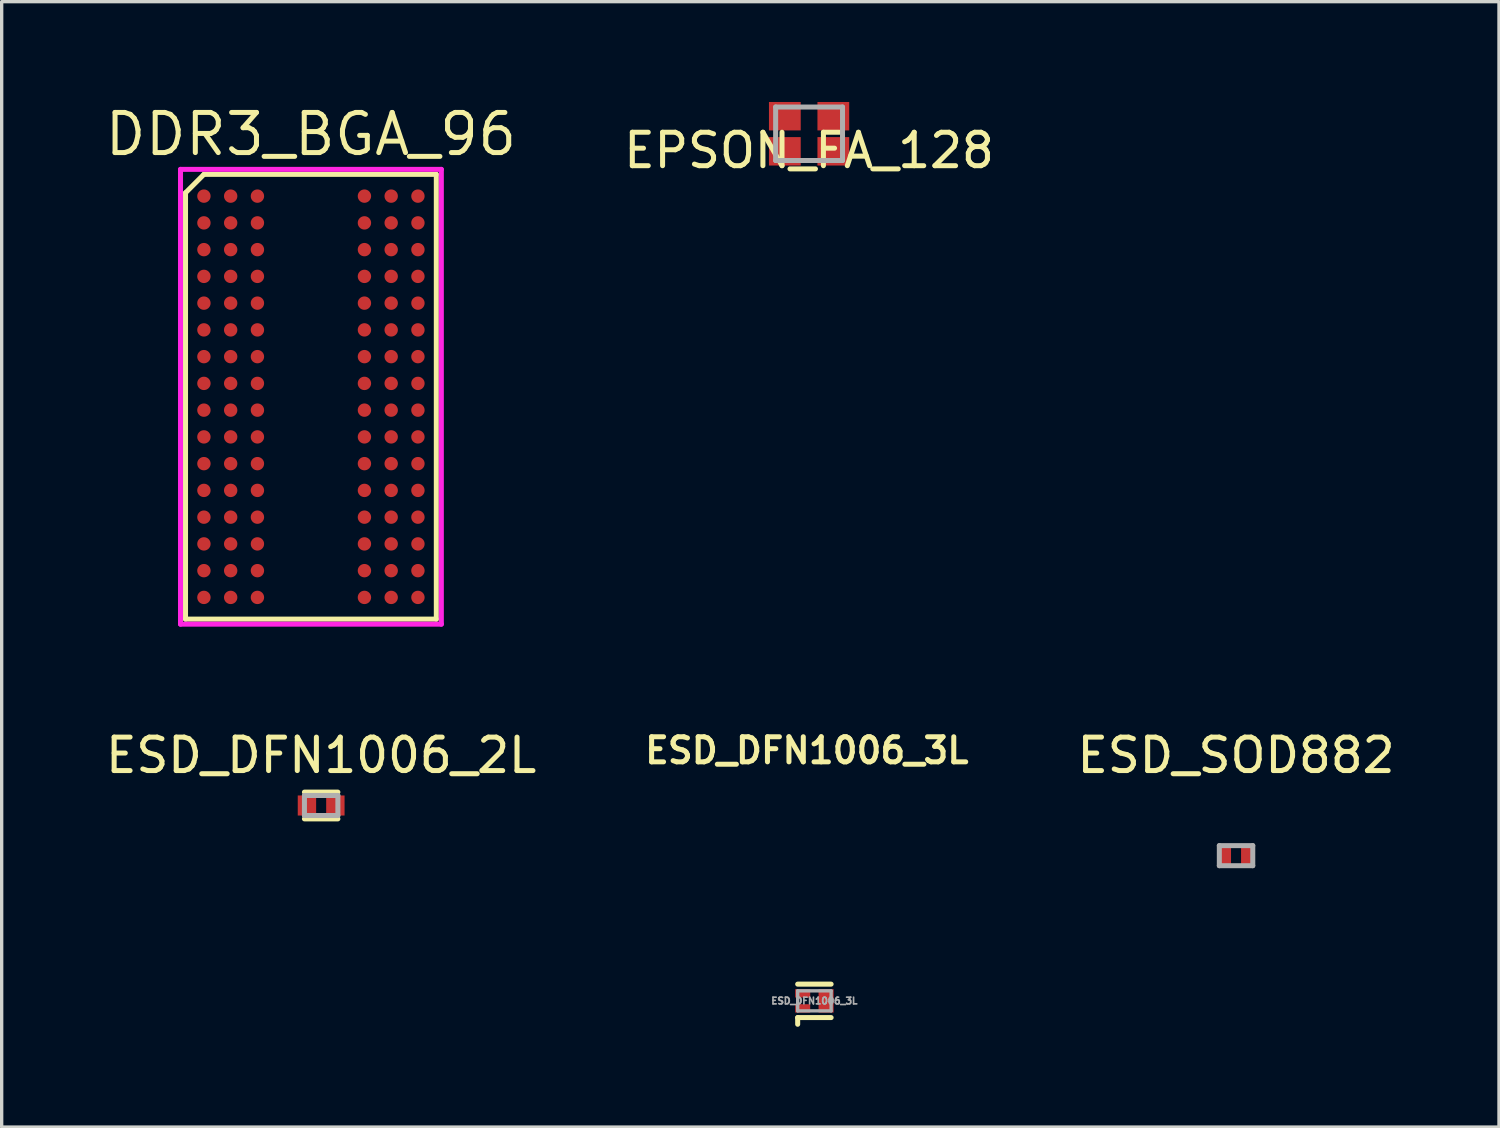
<source format=kicad_pcb>
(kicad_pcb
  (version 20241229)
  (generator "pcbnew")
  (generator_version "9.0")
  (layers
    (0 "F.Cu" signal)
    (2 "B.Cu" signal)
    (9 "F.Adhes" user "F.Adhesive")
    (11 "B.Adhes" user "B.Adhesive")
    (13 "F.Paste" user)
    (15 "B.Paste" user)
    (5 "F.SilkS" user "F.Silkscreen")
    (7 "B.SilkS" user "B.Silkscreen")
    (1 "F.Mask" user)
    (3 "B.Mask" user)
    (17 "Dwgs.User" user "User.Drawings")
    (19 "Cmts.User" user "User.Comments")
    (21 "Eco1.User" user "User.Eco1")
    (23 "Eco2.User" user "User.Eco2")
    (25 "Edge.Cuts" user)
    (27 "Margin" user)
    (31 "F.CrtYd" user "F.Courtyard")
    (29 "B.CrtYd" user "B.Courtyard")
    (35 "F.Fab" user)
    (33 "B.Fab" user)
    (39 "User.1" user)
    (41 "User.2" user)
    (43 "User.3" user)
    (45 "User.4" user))
  (footprint "ESD_DFN1006_2L"
    (layer "F.Cu")
    (at 6.554 21.038)
    (property "Reference" "ESD_DFN1006_2L" (at 0 -1.5 0) (layer "F.SilkS") (effects (font (size 1 1) (thickness 0.15))))
    (attr through_hole)
    (fp_line (start -0.5 -0.4) (end 0.5 -0.4) (stroke (width 0.15) (type solid)) (layer "F.SilkS"))
    (fp_line (start -0.5 0.4) (end 0.5 0.4) (stroke (width 0.15) (type solid)) (layer "F.SilkS"))
    (fp_line (start -0.5 -0.3) (end -0.5 0.3) (stroke (width 0.15) (type solid)) (layer "F.Fab"))
    (fp_line (start -0.5 0.3) (end 0.5 0.3) (stroke (width 0.15) (type solid)) (layer "F.Fab"))
    (fp_line (start 0.5 -0.3) (end -0.5 -0.3) (stroke (width 0.15) (type solid)) (layer "F.Fab"))
    (fp_line (start 0.5 0.3) (end 0.5 -0.3) (stroke (width 0.15) (type solid)) (layer "F.Fab"))
    (pad "1" smd rect (at -0.425 0) (size 0.55 0.6) (layers "F.Cu" "F.Mask" "F.Paste"))
    (pad "2" smd rect (at 0.425 0) (size 0.55 0.6) (layers "F.Cu" "F.Mask" "F.Paste")))
  (footprint "DDR3_BGA_96"
    (layer "F.Cu")
    (at 6.248 8.815)
    (property "Reference" "DDR3_BGA_96" (at 0 -7.85 0) (layer "F.SilkS") (effects (font (size 1.2 1.2) (thickness 0.15))))
    (attr through_hole)
    (fp_line (start -3.75 -6.1) (end -3.75 6.65) (stroke (width 0.15) (type solid)) (layer "F.SilkS"))
    (fp_line (start -3.75 6.65) (end 3.75 6.65) (stroke (width 0.15) (type solid)) (layer "F.SilkS"))
    (fp_line (start -3.2 -6.65) (end -3.75 -6.1) (stroke (width 0.15) (type solid)) (layer "F.SilkS"))
    (fp_line (start 3.75 -6.65) (end -3.2 -6.65) (stroke (width 0.15) (type solid)) (layer "F.SilkS"))
    (fp_line (start 3.75 6.65) (end 3.75 -6.65) (stroke (width 0.15) (type solid)) (layer "F.SilkS"))
    (fp_line (start -3.9 -6.8) (end 3.9 -6.8) (stroke (width 0.15) (type solid)) (layer "F.CrtYd"))
    (fp_line (start -3.9 6.8) (end -3.9 -6.8) (stroke (width 0.15) (type solid)) (layer "F.CrtYd"))
    (fp_line (start 3.9 -6.8) (end 3.9 6.8) (stroke (width 0.15) (type solid)) (layer "F.CrtYd"))
    (fp_line (start 3.9 6.8) (end -3.9 6.8) (stroke (width 0.15) (type solid)) (layer "F.CrtYd"))
    (pad "A1" smd circle (at -3.2 -6) (size 0.4 0.4) (layers "F.Cu" "F.Mask" "F.Paste"))
    (pad "A2" smd circle (at -2.4 -6) (size 0.4 0.4) (layers "F.Cu" "F.Mask" "F.Paste"))
    (pad "A3" smd circle (at -1.6 -6) (size 0.4 0.4) (layers "F.Cu" "F.Mask" "F.Paste"))
    (pad "A7" smd circle (at 1.6 -6) (size 0.4 0.4) (layers "F.Cu" "F.Mask" "F.Paste"))
    (pad "A8" smd circle (at 2.4 -6) (size 0.4 0.4) (layers "F.Cu" "F.Mask" "F.Paste"))
    (pad "A9" smd circle (at 3.2 -6) (size 0.4 0.4) (layers "F.Cu" "F.Mask" "F.Paste"))
    (pad "B1" smd circle (at -3.2 -5.2) (size 0.4 0.4) (layers "F.Cu" "F.Mask" "F.Paste"))
    (pad "B2" smd circle (at -2.4 -5.2) (size 0.4 0.4) (layers "F.Cu" "F.Mask" "F.Paste"))
    (pad "B3" smd circle (at -1.6 -5.2) (size 0.4 0.4) (layers "F.Cu" "F.Mask" "F.Paste"))
    (pad "B7" smd circle (at 1.6 -5.2) (size 0.4 0.4) (layers "F.Cu" "F.Mask" "F.Paste"))
    (pad "B8" smd circle (at 2.4 -5.2) (size 0.4 0.4) (layers "F.Cu" "F.Mask" "F.Paste"))
    (pad "B9" smd circle (at 3.2 -5.2) (size 0.4 0.4) (layers "F.Cu" "F.Mask" "F.Paste"))
    (pad "C1" smd circle (at -3.2 -4.4) (size 0.4 0.4) (layers "F.Cu" "F.Mask" "F.Paste"))
    (pad "C2" smd circle (at -2.4 -4.4) (size 0.4 0.4) (layers "F.Cu" "F.Mask" "F.Paste"))
    (pad "C3" smd circle (at -1.6 -4.4) (size 0.4 0.4) (layers "F.Cu" "F.Mask" "F.Paste"))
    (pad "C7" smd circle (at 1.6 -4.4) (size 0.4 0.4) (layers "F.Cu" "F.Mask" "F.Paste"))
    (pad "C8" smd circle (at 2.4 -4.4) (size 0.4 0.4) (layers "F.Cu" "F.Mask" "F.Paste"))
    (pad "C9" smd circle (at 3.2 -4.4) (size 0.4 0.4) (layers "F.Cu" "F.Mask" "F.Paste"))
    (pad "D1" smd circle (at -3.2 -3.6) (size 0.4 0.4) (layers "F.Cu" "F.Mask" "F.Paste"))
    (pad "D2" smd circle (at -2.4 -3.6) (size 0.4 0.4) (layers "F.Cu" "F.Mask" "F.Paste"))
    (pad "D3" smd circle (at -1.6 -3.6) (size 0.4 0.4) (layers "F.Cu" "F.Mask" "F.Paste"))
    (pad "D7" smd circle (at 1.6 -3.6) (size 0.4 0.4) (layers "F.Cu" "F.Mask" "F.Paste"))
    (pad "D8" smd circle (at 2.4 -3.6) (size 0.4 0.4) (layers "F.Cu" "F.Mask" "F.Paste"))
    (pad "D9" smd circle (at 3.2 -3.6) (size 0.4 0.4) (layers "F.Cu" "F.Mask" "F.Paste"))
    (pad "E1" smd circle (at -3.2 -2.8) (size 0.4 0.4) (layers "F.Cu" "F.Mask" "F.Paste"))
    (pad "E2" smd circle (at -2.4 -2.8) (size 0.4 0.4) (layers "F.Cu" "F.Mask" "F.Paste"))
    (pad "E3" smd circle (at -1.6 -2.8) (size 0.4 0.4) (layers "F.Cu" "F.Mask" "F.Paste"))
    (pad "E7" smd circle (at 1.6 -2.8) (size 0.4 0.4) (layers "F.Cu" "F.Mask" "F.Paste"))
    (pad "E8" smd circle (at 2.4 -2.8) (size 0.4 0.4) (layers "F.Cu" "F.Mask" "F.Paste"))
    (pad "E9" smd circle (at 3.2 -2.8) (size 0.4 0.4) (layers "F.Cu" "F.Mask" "F.Paste"))
    (pad "F1" smd circle (at -3.2 -2) (size 0.4 0.4) (layers "F.Cu" "F.Mask" "F.Paste"))
    (pad "F2" smd circle (at -2.4 -2) (size 0.4 0.4) (layers "F.Cu" "F.Mask" "F.Paste"))
    (pad "F3" smd circle (at -1.6 -2) (size 0.4 0.4) (layers "F.Cu" "F.Mask" "F.Paste"))
    (pad "F7" smd circle (at 1.6 -2) (size 0.4 0.4) (layers "F.Cu" "F.Mask" "F.Paste"))
    (pad "F8" smd circle (at 2.4 -2) (size 0.4 0.4) (layers "F.Cu" "F.Mask" "F.Paste"))
    (pad "F9" smd circle (at 3.2 -2) (size 0.4 0.4) (layers "F.Cu" "F.Mask" "F.Paste"))
    (pad "G1" smd circle (at -3.2 -1.2) (size 0.4 0.4) (layers "F.Cu" "F.Mask" "F.Paste"))
    (pad "G2" smd circle (at -2.4 -1.2) (size 0.4 0.4) (layers "F.Cu" "F.Mask" "F.Paste"))
    (pad "G3" smd circle (at -1.6 -1.2) (size 0.4 0.4) (layers "F.Cu" "F.Mask" "F.Paste"))
    (pad "G7" smd circle (at 1.6 -1.2) (size 0.4 0.4) (layers "F.Cu" "F.Mask" "F.Paste"))
    (pad "G8" smd circle (at 2.4 -1.2) (size 0.4 0.4) (layers "F.Cu" "F.Mask" "F.Paste"))
    (pad "G9" smd circle (at 3.2 -1.2) (size 0.4 0.4) (layers "F.Cu" "F.Mask" "F.Paste"))
    (pad "H1" smd circle (at -3.2 -0.4) (size 0.4 0.4) (layers "F.Cu" "F.Mask" "F.Paste"))
    (pad "H2" smd circle (at -2.4 -0.4) (size 0.4 0.4) (layers "F.Cu" "F.Mask" "F.Paste"))
    (pad "H3" smd circle (at -1.6 -0.4) (size 0.4 0.4) (layers "F.Cu" "F.Mask" "F.Paste"))
    (pad "H7" smd circle (at 1.6 -0.4) (size 0.4 0.4) (layers "F.Cu" "F.Mask" "F.Paste"))
    (pad "H8" smd circle (at 2.4 -0.4) (size 0.4 0.4) (layers "F.Cu" "F.Mask" "F.Paste"))
    (pad "H9" smd circle (at 3.2 -0.4) (size 0.4 0.4) (layers "F.Cu" "F.Mask" "F.Paste"))
    (pad "J1" smd circle (at -3.2 0.4) (size 0.4 0.4) (layers "F.Cu" "F.Mask" "F.Paste"))
    (pad "J2" smd circle (at -2.4 0.4) (size 0.4 0.4) (layers "F.Cu" "F.Mask" "F.Paste"))
    (pad "J3" smd circle (at -1.6 0.4) (size 0.4 0.4) (layers "F.Cu" "F.Mask" "F.Paste"))
    (pad "J7" smd circle (at 1.6 0.4) (size 0.4 0.4) (layers "F.Cu" "F.Mask" "F.Paste"))
    (pad "J8" smd circle (at 2.4 0.4) (size 0.4 0.4) (layers "F.Cu" "F.Mask" "F.Paste"))
    (pad "J9" smd circle (at 3.2 0.4) (size 0.4 0.4) (layers "F.Cu" "F.Mask" "F.Paste"))
    (pad "K1" smd circle (at -3.2 1.2) (size 0.4 0.4) (layers "F.Cu" "F.Mask" "F.Paste"))
    (pad "K2" smd circle (at -2.4 1.2) (size 0.4 0.4) (layers "F.Cu" "F.Mask" "F.Paste"))
    (pad "K3" smd circle (at -1.6 1.2) (size 0.4 0.4) (layers "F.Cu" "F.Mask" "F.Paste"))
    (pad "K7" smd circle (at 1.6 1.2) (size 0.4 0.4) (layers "F.Cu" "F.Mask" "F.Paste"))
    (pad "K8" smd circle (at 2.4 1.2) (size 0.4 0.4) (layers "F.Cu" "F.Mask" "F.Paste"))
    (pad "K9" smd circle (at 3.2 1.2) (size 0.4 0.4) (layers "F.Cu" "F.Mask" "F.Paste"))
    (pad "L1" smd circle (at -3.2 2) (size 0.4 0.4) (layers "F.Cu" "F.Mask" "F.Paste"))
    (pad "L2" smd circle (at -2.4 2) (size 0.4 0.4) (layers "F.Cu" "F.Mask" "F.Paste"))
    (pad "L3" smd circle (at -1.6 2) (size 0.4 0.4) (layers "F.Cu" "F.Mask" "F.Paste"))
    (pad "L7" smd circle (at 1.6 2) (size 0.4 0.4) (layers "F.Cu" "F.Mask" "F.Paste"))
    (pad "L8" smd circle (at 2.4 2) (size 0.4 0.4) (layers "F.Cu" "F.Mask" "F.Paste"))
    (pad "L9" smd circle (at 3.2 2) (size 0.4 0.4) (layers "F.Cu" "F.Mask" "F.Paste"))
    (pad "M1" smd circle (at -3.2 2.8) (size 0.4 0.4) (layers "F.Cu" "F.Mask" "F.Paste"))
    (pad "M2" smd circle (at -2.4 2.8) (size 0.4 0.4) (layers "F.Cu" "F.Mask" "F.Paste"))
    (pad "M3" smd circle (at -1.6 2.8) (size 0.4 0.4) (layers "F.Cu" "F.Mask" "F.Paste"))
    (pad "M7" smd circle (at 1.6 2.8) (size 0.4 0.4) (layers "F.Cu" "F.Mask" "F.Paste"))
    (pad "M8" smd circle (at 2.4 2.8) (size 0.4 0.4) (layers "F.Cu" "F.Mask" "F.Paste"))
    (pad "M9" smd circle (at 3.2 2.8) (size 0.4 0.4) (layers "F.Cu" "F.Mask" "F.Paste"))
    (pad "N1" smd circle (at -3.2 3.6) (size 0.4 0.4) (layers "F.Cu" "F.Mask" "F.Paste"))
    (pad "N2" smd circle (at -2.4 3.6) (size 0.4 0.4) (layers "F.Cu" "F.Mask" "F.Paste"))
    (pad "N3" smd circle (at -1.6 3.6) (size 0.4 0.4) (layers "F.Cu" "F.Mask" "F.Paste"))
    (pad "N7" smd circle (at 1.6 3.6) (size 0.4 0.4) (layers "F.Cu" "F.Mask" "F.Paste"))
    (pad "N8" smd circle (at 2.4 3.6) (size 0.4 0.4) (layers "F.Cu" "F.Mask" "F.Paste"))
    (pad "N9" smd circle (at 3.2 3.6) (size 0.4 0.4) (layers "F.Cu" "F.Mask" "F.Paste"))
    (pad "P1" smd circle (at -3.2 4.4) (size 0.4 0.4) (layers "F.Cu" "F.Mask" "F.Paste"))
    (pad "P2" smd circle (at -2.4 4.4) (size 0.4 0.4) (layers "F.Cu" "F.Mask" "F.Paste"))
    (pad "P3" smd circle (at -1.6 4.4) (size 0.4 0.4) (layers "F.Cu" "F.Mask" "F.Paste"))
    (pad "P7" smd circle (at 1.6 4.4) (size 0.4 0.4) (layers "F.Cu" "F.Mask" "F.Paste"))
    (pad "P8" smd circle (at 2.4 4.4) (size 0.4 0.4) (layers "F.Cu" "F.Mask" "F.Paste"))
    (pad "P9" smd circle (at 3.2 4.4) (size 0.4 0.4) (layers "F.Cu" "F.Mask" "F.Paste"))
    (pad "R1" smd circle (at -3.2 5.2) (size 0.4 0.4) (layers "F.Cu" "F.Mask" "F.Paste"))
    (pad "R2" smd circle (at -2.4 5.2) (size 0.4 0.4) (layers "F.Cu" "F.Mask" "F.Paste"))
    (pad "R3" smd circle (at -1.6 5.2) (size 0.4 0.4) (layers "F.Cu" "F.Mask" "F.Paste"))
    (pad "R7" smd circle (at 1.6 5.2) (size 0.4 0.4) (layers "F.Cu" "F.Mask" "F.Paste"))
    (pad "R8" smd circle (at 2.4 5.2) (size 0.4 0.4) (layers "F.Cu" "F.Mask" "F.Paste"))
    (pad "R9" smd circle (at 3.2 5.2) (size 0.4 0.4) (layers "F.Cu" "F.Mask" "F.Paste"))
    (pad "T1" smd circle (at -3.2 6) (size 0.4 0.4) (layers "F.Cu" "F.Mask" "F.Paste"))
    (pad "T2" smd circle (at -2.4 6) (size 0.4 0.4) (layers "F.Cu" "F.Mask" "F.Paste"))
    (pad "T3" smd circle (at -1.6 6) (size 0.4 0.4) (layers "F.Cu" "F.Mask" "F.Paste"))
    (pad "T7" smd circle (at 1.6 6) (size 0.4 0.4) (layers "F.Cu" "F.Mask" "F.Paste"))
    (pad "T8" smd circle (at 2.4 6) (size 0.4 0.4) (layers "F.Cu" "F.Mask" "F.Paste"))
    (pad "T9" smd circle (at 3.2 6) (size 0.4 0.4) (layers "F.Cu" "F.Mask" "F.Paste")))
  (footprint "EPSON_FA_128"
    (layer "F.Cu")
    (at 21.145 0.95)
    (property "Reference" "EPSON_FA_128" (at 0 0.5 0) (layer "F.SilkS") (effects (font (size 1 1) (thickness 0.15))))
    (attr through_hole)
    (fp_line (start -1 -0.8) (end 1 -0.8) (stroke (width 0.15) (type solid)) (layer "F.Fab"))
    (fp_line (start -1 0.8) (end -1 -0.8) (stroke (width 0.15) (type solid)) (layer "F.Fab"))
    (fp_line (start 1 -0.8) (end 1 0.8) (stroke (width 0.15) (type solid)) (layer "F.Fab"))
    (fp_line (start 1 0.8) (end -1 0.8) (stroke (width 0.15) (type solid)) (layer "F.Fab"))
    (pad "1" smd rect (at -0.725 0.525) (size 0.95 0.85) (layers "F.Cu" "F.Mask" "F.Paste"))
    (pad "2" smd rect (at 0.725 0.525) (size 0.95 0.85) (layers "F.Cu" "F.Mask" "F.Paste"))
    (pad "3" smd rect (at 0.725 -0.525) (size 0.95 0.85) (layers "F.Cu" "F.Mask" "F.Paste"))
    (pad "4" smd rect (at -0.725 -0.525) (size 0.95 0.85) (layers "F.Cu" "F.Mask" "F.Paste")))
  (footprint "ESD_DFN1006_3L"
    (layer "F.Cu")
    (at 21.304 26.88)
    (property "Reference" "ESD_DFN1006_3L" (at -0.225 -7.487 0) (layer "F.SilkS") (effects (font (size 0.75 0.75) (thickness 0.15))))
    (attr through_hole)
    (fp_line (start -0.5 -0.5) (end 0.5 -0.5) (stroke (width 0.15) (type solid)) (layer "F.SilkS"))
    (fp_line (start -0.5 0.5) (end -0.5 0.7) (stroke (width 0.15) (type solid)) (layer "F.SilkS"))
    (fp_line (start -0.5 0.5) (end 0.5 0.5) (stroke (width 0.15) (type solid)) (layer "F.SilkS"))
    (fp_line (start -0.5 -0.3) (end -0.5 0.3) (stroke (width 0.1) (type solid)) (layer "F.Fab"))
    (fp_line (start -0.5 0.3) (end 0.5 0.3) (stroke (width 0.1) (type solid)) (layer "F.Fab"))
    (fp_line (start 0.5 -0.3) (end -0.5 -0.3) (stroke (width 0.1) (type solid)) (layer "F.Fab"))
    (fp_line (start 0.5 0.3) (end 0.5 -0.3) (stroke (width 0.1) (type solid)) (layer "F.Fab"))
    (fp_text user "${REFERENCE}" (at 0 0 0) (layer "F.Fab") (effects (font (size 0.2 0.2) (thickness 0.05))))
    (pad "1" smd rect (at -0.35 0.225) (size 0.45 0.25) (layers "F.Cu" "F.Mask" "F.Paste"))
    (pad "2" smd rect (at -0.35 -0.225) (size 0.45 0.25) (layers "F.Cu" "F.Mask" "F.Paste"))
    (pad "3" smd rect (at 0.35 0) (size 0.45 0.7) (layers "F.Cu" "F.Mask" "F.Paste")))
  (footprint "ESD_SOD882"
    (layer "F.Cu")
    (at 33.913 22.538)
    (property "Reference" "ESD_SOD882" (at 0 -3 0) (layer "F.SilkS") (effects (font (size 1 1) (thickness 0.15))))
    (attr through_hole)
    (fp_line (start -0.5 -0.3) (end 0.5 -0.3) (stroke (width 0.15) (type solid)) (layer "F.Fab"))
    (fp_line (start -0.5 0.3) (end -0.5 -0.3) (stroke (width 0.15) (type solid)) (layer "F.Fab"))
    (fp_line (start 0.5 -0.3) (end 0.5 0.3) (stroke (width 0.15) (type solid)) (layer "F.Fab"))
    (fp_line (start 0.5 0.3) (end -0.5 0.3) (stroke (width 0.15) (type solid)) (layer "F.Fab"))
    (pad "1" smd rect (at -0.35 0) (size 0.4 0.7) (layers "F.Cu" "F.Mask" "F.Paste"))
    (pad "2" smd rect (at 0.35 0) (size 0.4 0.7) (layers "F.Cu" "F.Mask" "F.Paste")))
  (gr_rect
    (start -3 -3)
    (end 41.776 30.655)
    (stroke (width 0.1) (type default))
    (fill no)
    (layer "Edge.Cuts")))
</source>
